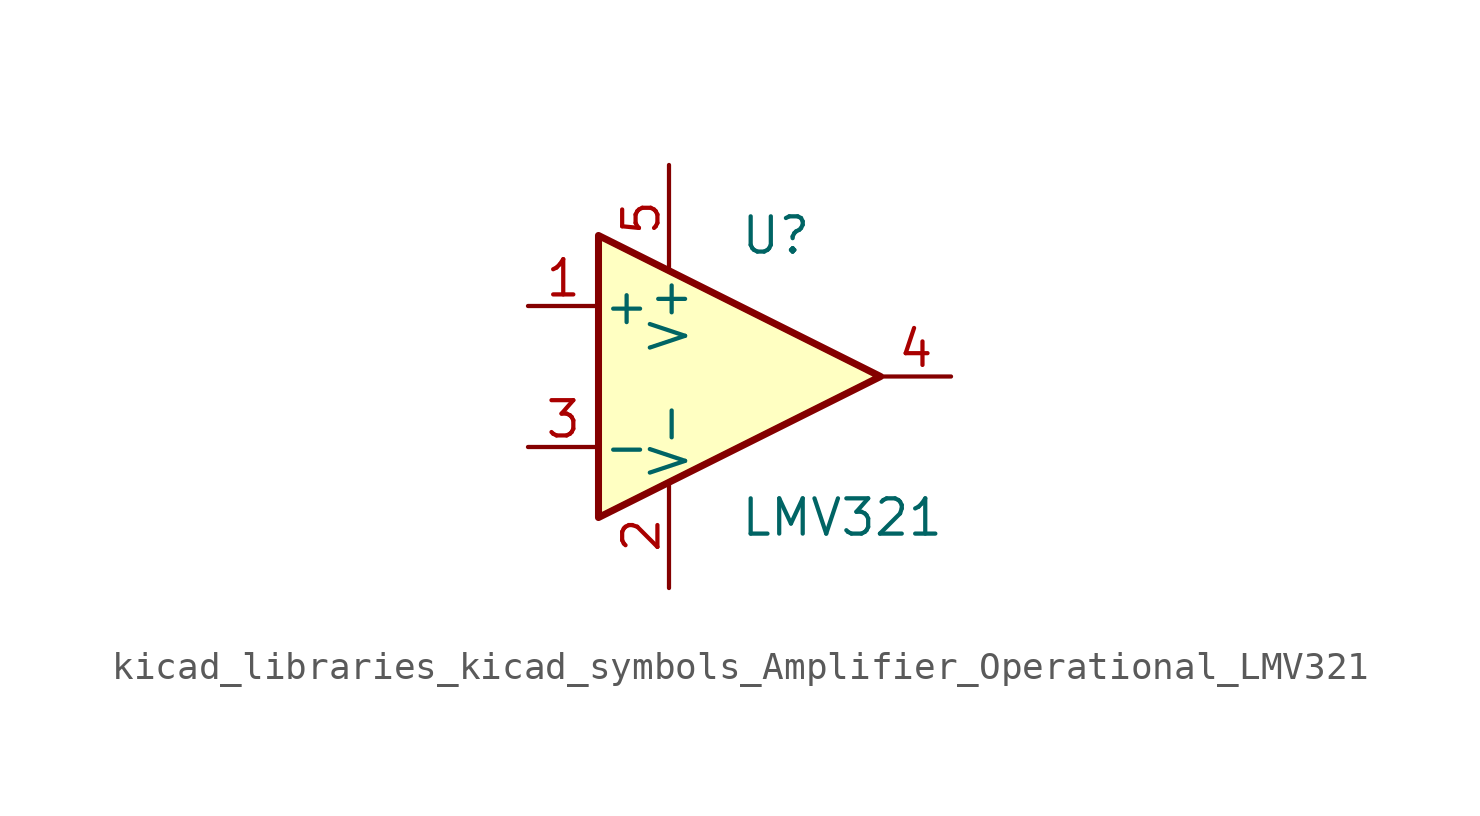
<source format=kicad_sym>
(kicad_symbol_lib
  (version 20220914)
  (generator kicad_symbol_editor)
  (symbol "kicad_libraries_kicad_symbols_Amplifier_Operational_LMV321"
    (pin_names
      (offset 0.127))
    (property "Reference" "U"
      (at 0 5.08 0)
      (effects (font (size 1.27 1.27)) (justify left)))
    (property "Value" "LMV321"
      (at 0 -5.08 0)
      (effects (font (size 1.27 1.27)) (justify left)))
    (symbol "kicad_libraries_kicad_symbols_Amplifier_Operational_LMV321_0_1"
      (polyline (pts (xy -5.08 5.08) (xy 5.08 0) (xy -5.08 -5.08) (xy -5.08 5.08)) (stroke (width 0.254) (type default)) (fill (type background)))
      (pin power_in line (at -2.54 -7.62 90) (length 3.81) (name "V-" (effects (font (size 1.27 1.27)))) (number "2" (effects (font (size 1.27 1.27)))))
      (pin power_in line (at -2.54 7.62 270) (length 3.81) (name "V+" (effects (font (size 1.27 1.27)))) (number "5" (effects (font (size 1.27 1.27))))))
    (symbol "kicad_libraries_kicad_symbols_Amplifier_Operational_LMV321_1_1"
      (pin input line (at -7.62 2.54 0) (length 2.54) (name "+" (effects (font (size 1.27 1.27)))) (number "1" (effects (font (size 1.27 1.27)))))
      (pin input line (at -7.62 -2.54 0) (length 2.54) (name "-" (effects (font (size 1.27 1.27)))) (number "3" (effects (font (size 1.27 1.27)))))
      (pin output line (at 7.62 0 180) (length 2.54) (name "~" (effects (font (size 1.27 1.27)))) (number "4" (effects (font (size 1.27 1.27))))))))
</source>
